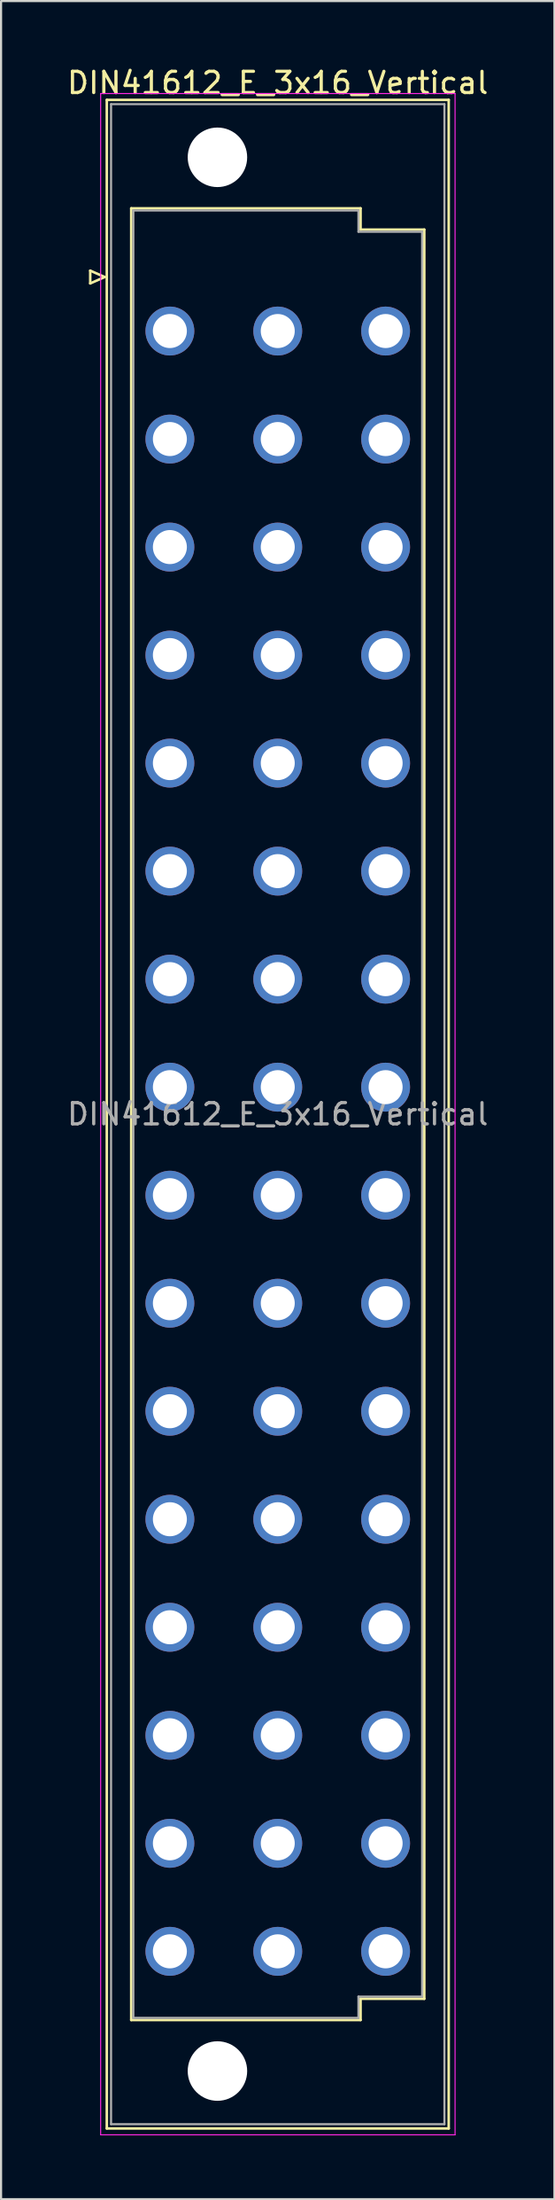
<source format=kicad_pcb>
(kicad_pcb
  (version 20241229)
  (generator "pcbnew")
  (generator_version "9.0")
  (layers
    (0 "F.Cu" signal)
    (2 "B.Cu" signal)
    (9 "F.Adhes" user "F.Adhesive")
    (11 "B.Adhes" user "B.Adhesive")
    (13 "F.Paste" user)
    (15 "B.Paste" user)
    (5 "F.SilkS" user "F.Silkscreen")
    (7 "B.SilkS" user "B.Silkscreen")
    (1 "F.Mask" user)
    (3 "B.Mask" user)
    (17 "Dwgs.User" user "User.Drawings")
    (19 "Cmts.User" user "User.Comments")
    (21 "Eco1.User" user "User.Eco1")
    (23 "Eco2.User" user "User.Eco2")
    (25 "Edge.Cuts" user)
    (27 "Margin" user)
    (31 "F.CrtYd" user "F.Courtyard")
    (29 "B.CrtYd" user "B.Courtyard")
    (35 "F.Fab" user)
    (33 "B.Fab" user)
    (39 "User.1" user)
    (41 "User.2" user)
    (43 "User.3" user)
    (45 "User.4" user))
  (footprint "DIN41612_E_3x16_Vertical"
    (layer "F.Cu")
    (at 4.95 9.978)
    (property "Reference" "DIN41612_E_3x16_Vertical" (at 5.08 -9.13 0) (layer "F.SilkS") (effects (font (size 1 1) (thickness 0.15))))
    (attr through_hole)
    (fp_line (start -3.75 -0.3) (end -3.75 0.3) (stroke (width 0.12) (type solid)) (layer "F.SilkS"))
    (fp_line (start -3.75 0.3) (end -3.07 0) (stroke (width 0.12) (type solid)) (layer "F.SilkS"))
    (fp_line (start -3.07 0) (end -3.75 -0.3) (stroke (width 0.12) (type solid)) (layer "F.SilkS"))
    (fp_line (start -2.97 -8.33) (end 13.13 -8.33) (stroke (width 0.12) (type solid)) (layer "F.SilkS"))
    (fp_line (start -2.97 87.07) (end -2.97 -8.33) (stroke (width 0.12) (type solid)) (layer "F.SilkS"))
    (fp_line (start -1.82 -3.23) (end 8.98 -3.23) (stroke (width 0.12) (type solid)) (layer "F.SilkS"))
    (fp_line (start -1.82 81.97) (end -1.82 -3.23) (stroke (width 0.12) (type solid)) (layer "F.SilkS"))
    (fp_line (start 8.98 -3.23) (end 8.98 -2.23) (stroke (width 0.12) (type solid)) (layer "F.SilkS"))
    (fp_line (start 8.98 -2.23) (end 11.98 -2.23) (stroke (width 0.12) (type solid)) (layer "F.SilkS"))
    (fp_line (start 8.98 80.97) (end 8.98 81.97) (stroke (width 0.12) (type solid)) (layer "F.SilkS"))
    (fp_line (start 8.98 81.97) (end -1.82 81.97) (stroke (width 0.12) (type solid)) (layer "F.SilkS"))
    (fp_line (start 11.98 -2.23) (end 11.98 80.97) (stroke (width 0.12) (type solid)) (layer "F.SilkS"))
    (fp_line (start 11.98 80.97) (end 8.98 80.97) (stroke (width 0.12) (type solid)) (layer "F.SilkS"))
    (fp_line (start 13.13 -8.33) (end 13.13 87.07) (stroke (width 0.12) (type solid)) (layer "F.SilkS"))
    (fp_line (start 13.13 87.07) (end -2.97 87.07) (stroke (width 0.12) (type solid)) (layer "F.SilkS"))
    (fp_line (start -3.26 -8.63) (end 13.43 -8.63) (stroke (width 0.05) (type solid)) (layer "F.CrtYd"))
    (fp_line (start -3.26 87.37) (end -3.26 -8.63) (stroke (width 0.05) (type solid)) (layer "F.CrtYd"))
    (fp_line (start 13.43 -8.63) (end 13.43 87.37) (stroke (width 0.05) (type solid)) (layer "F.CrtYd"))
    (fp_line (start 13.43 87.37) (end -3.26 87.37) (stroke (width 0.05) (type solid)) (layer "F.CrtYd"))
    (fp_line (start -2.77 -8.13) (end 12.93 -8.13) (stroke (width 0.1) (type solid)) (layer "F.Fab"))
    (fp_line (start -2.77 86.87) (end -2.77 -8.13) (stroke (width 0.1) (type solid)) (layer "F.Fab"))
    (fp_line (start -1.72 -3.13) (end 8.88 -3.13) (stroke (width 0.1) (type solid)) (layer "F.Fab"))
    (fp_line (start -1.72 81.87) (end -1.72 -3.13) (stroke (width 0.1) (type solid)) (layer "F.Fab"))
    (fp_line (start 8.88 -3.13) (end 8.88 -2.13) (stroke (width 0.1) (type solid)) (layer "F.Fab"))
    (fp_line (start 8.88 -2.13) (end 11.88 -2.13) (stroke (width 0.1) (type solid)) (layer "F.Fab"))
    (fp_line (start 8.88 80.87) (end 8.88 81.87) (stroke (width 0.1) (type solid)) (layer "F.Fab"))
    (fp_line (start 8.88 81.87) (end -1.72 81.87) (stroke (width 0.1) (type solid)) (layer "F.Fab"))
    (fp_line (start 11.88 -2.13) (end 11.88 80.87) (stroke (width 0.1) (type solid)) (layer "F.Fab"))
    (fp_line (start 11.88 80.87) (end 8.88 80.87) (stroke (width 0.1) (type solid)) (layer "F.Fab"))
    (fp_line (start 12.93 -8.13) (end 12.93 86.87) (stroke (width 0.1) (type solid)) (layer "F.Fab"))
    (fp_line (start 12.93 86.87) (end -2.77 86.87) (stroke (width 0.1) (type solid)) (layer "F.Fab"))
    (fp_text user "${REFERENCE}" (at 5.08 39.37 0) (layer "F.Fab") (effects (font (size 1 1) (thickness 0.15))))
    (pad "" np_thru_hole circle (at 2.24 -5.63) (size 2.8 2.8) (drill 2.8) (layers "*.Cu" "*.Mask"))
    (pad "" np_thru_hole circle (at 2.24 84.37) (size 2.8 2.8) (drill 2.8) (layers "*.Cu" "*.Mask"))
    (pad "a2" thru_hole circle (at 0 2.54) (size 2.3 2.3) (drill 1.6) (layers "*.Cu" "*.Mask"))
    (pad "a4" thru_hole circle (at 0 7.62) (size 2.3 2.3) (drill 1.6) (layers "*.Cu" "*.Mask"))
    (pad "a6" thru_hole circle (at 0 12.7) (size 2.3 2.3) (drill 1.6) (layers "*.Cu" "*.Mask"))
    (pad "a8" thru_hole circle (at 0 17.78) (size 2.3 2.3) (drill 1.6) (layers "*.Cu" "*.Mask"))
    (pad "a10" thru_hole circle (at 0 22.86) (size 2.3 2.3) (drill 1.6) (layers "*.Cu" "*.Mask"))
    (pad "a12" thru_hole circle (at 0 27.94) (size 2.3 2.3) (drill 1.6) (layers "*.Cu" "*.Mask"))
    (pad "a14" thru_hole circle (at 0 33.02) (size 2.3 2.3) (drill 1.6) (layers "*.Cu" "*.Mask"))
    (pad "a16" thru_hole circle (at 0 38.1) (size 2.3 2.3) (drill 1.6) (layers "*.Cu" "*.Mask"))
    (pad "a18" thru_hole circle (at 0 43.18) (size 2.3 2.3) (drill 1.6) (layers "*.Cu" "*.Mask"))
    (pad "a20" thru_hole circle (at 0 48.26) (size 2.3 2.3) (drill 1.6) (layers "*.Cu" "*.Mask"))
    (pad "a22" thru_hole circle (at 0 53.34) (size 2.3 2.3) (drill 1.6) (layers "*.Cu" "*.Mask"))
    (pad "a24" thru_hole circle (at 0 58.42) (size 2.3 2.3) (drill 1.6) (layers "*.Cu" "*.Mask"))
    (pad "a26" thru_hole circle (at 0 63.5) (size 2.3 2.3) (drill 1.6) (layers "*.Cu" "*.Mask"))
    (pad "a28" thru_hole circle (at 0 68.58) (size 2.3 2.3) (drill 1.6) (layers "*.Cu" "*.Mask"))
    (pad "a30" thru_hole circle (at 0 73.66) (size 2.3 2.3) (drill 1.6) (layers "*.Cu" "*.Mask"))
    (pad "a32" thru_hole circle (at 0 78.74) (size 2.3 2.3) (drill 1.6) (layers "*.Cu" "*.Mask"))
    (pad "c2" thru_hole circle (at 5.08 2.54) (size 2.3 2.3) (drill 1.6) (layers "*.Cu" "*.Mask"))
    (pad "c4" thru_hole circle (at 5.08 7.62) (size 2.3 2.3) (drill 1.6) (layers "*.Cu" "*.Mask"))
    (pad "c6" thru_hole circle (at 5.08 12.7) (size 2.3 2.3) (drill 1.6) (layers "*.Cu" "*.Mask"))
    (pad "c8" thru_hole circle (at 5.08 17.78) (size 2.3 2.3) (drill 1.6) (layers "*.Cu" "*.Mask"))
    (pad "c10" thru_hole circle (at 5.08 22.86) (size 2.3 2.3) (drill 1.6) (layers "*.Cu" "*.Mask"))
    (pad "c12" thru_hole circle (at 5.08 27.94) (size 2.3 2.3) (drill 1.6) (layers "*.Cu" "*.Mask"))
    (pad "c14" thru_hole circle (at 5.08 33.02) (size 2.3 2.3) (drill 1.6) (layers "*.Cu" "*.Mask"))
    (pad "c16" thru_hole circle (at 5.08 38.1) (size 2.3 2.3) (drill 1.6) (layers "*.Cu" "*.Mask"))
    (pad "c18" thru_hole circle (at 5.08 43.18) (size 2.3 2.3) (drill 1.6) (layers "*.Cu" "*.Mask"))
    (pad "c20" thru_hole circle (at 5.08 48.26) (size 2.3 2.3) (drill 1.6) (layers "*.Cu" "*.Mask"))
    (pad "c22" thru_hole circle (at 5.08 53.34) (size 2.3 2.3) (drill 1.6) (layers "*.Cu" "*.Mask"))
    (pad "c24" thru_hole circle (at 5.08 58.42) (size 2.3 2.3) (drill 1.6) (layers "*.Cu" "*.Mask"))
    (pad "c26" thru_hole circle (at 5.08 63.5) (size 2.3 2.3) (drill 1.6) (layers "*.Cu" "*.Mask"))
    (pad "c28" thru_hole circle (at 5.08 68.58) (size 2.3 2.3) (drill 1.6) (layers "*.Cu" "*.Mask"))
    (pad "c30" thru_hole circle (at 5.08 73.66) (size 2.3 2.3) (drill 1.6) (layers "*.Cu" "*.Mask"))
    (pad "c32" thru_hole circle (at 5.08 78.74) (size 2.3 2.3) (drill 1.6) (layers "*.Cu" "*.Mask"))
    (pad "e2" thru_hole circle (at 10.16 2.54) (size 2.3 2.3) (drill 1.6) (layers "*.Cu" "*.Mask"))
    (pad "e4" thru_hole circle (at 10.16 7.62) (size 2.3 2.3) (drill 1.6) (layers "*.Cu" "*.Mask"))
    (pad "e6" thru_hole circle (at 10.16 12.7) (size 2.3 2.3) (drill 1.6) (layers "*.Cu" "*.Mask"))
    (pad "e8" thru_hole circle (at 10.16 17.78) (size 2.3 2.3) (drill 1.6) (layers "*.Cu" "*.Mask"))
    (pad "e10" thru_hole circle (at 10.16 22.86) (size 2.3 2.3) (drill 1.6) (layers "*.Cu" "*.Mask"))
    (pad "e12" thru_hole circle (at 10.16 27.94) (size 2.3 2.3) (drill 1.6) (layers "*.Cu" "*.Mask"))
    (pad "e14" thru_hole circle (at 10.16 33.02) (size 2.3 2.3) (drill 1.6) (layers "*.Cu" "*.Mask"))
    (pad "e16" thru_hole circle (at 10.16 38.1) (size 2.3 2.3) (drill 1.6) (layers "*.Cu" "*.Mask"))
    (pad "e18" thru_hole circle (at 10.16 43.18) (size 2.3 2.3) (drill 1.6) (layers "*.Cu" "*.Mask"))
    (pad "e20" thru_hole circle (at 10.16 48.26) (size 2.3 2.3) (drill 1.6) (layers "*.Cu" "*.Mask"))
    (pad "e22" thru_hole circle (at 10.16 53.34) (size 2.3 2.3) (drill 1.6) (layers "*.Cu" "*.Mask"))
    (pad "e24" thru_hole circle (at 10.16 58.42) (size 2.3 2.3) (drill 1.6) (layers "*.Cu" "*.Mask"))
    (pad "e26" thru_hole circle (at 10.16 63.5) (size 2.3 2.3) (drill 1.6) (layers "*.Cu" "*.Mask"))
    (pad "e28" thru_hole circle (at 10.16 68.58) (size 2.3 2.3) (drill 1.6) (layers "*.Cu" "*.Mask"))
    (pad "e30" thru_hole circle (at 10.16 73.66) (size 2.3 2.3) (drill 1.6) (layers "*.Cu" "*.Mask"))
    (pad "e32" thru_hole circle (at 10.16 78.74) (size 2.3 2.3) (drill 1.6) (layers "*.Cu" "*.Mask")))
  (gr_rect
    (start -3 -3)
    (end 23.06 100.373)
    (stroke (width 0.1) (type default))
    (fill no)
    (layer "Edge.Cuts")))
</source>
